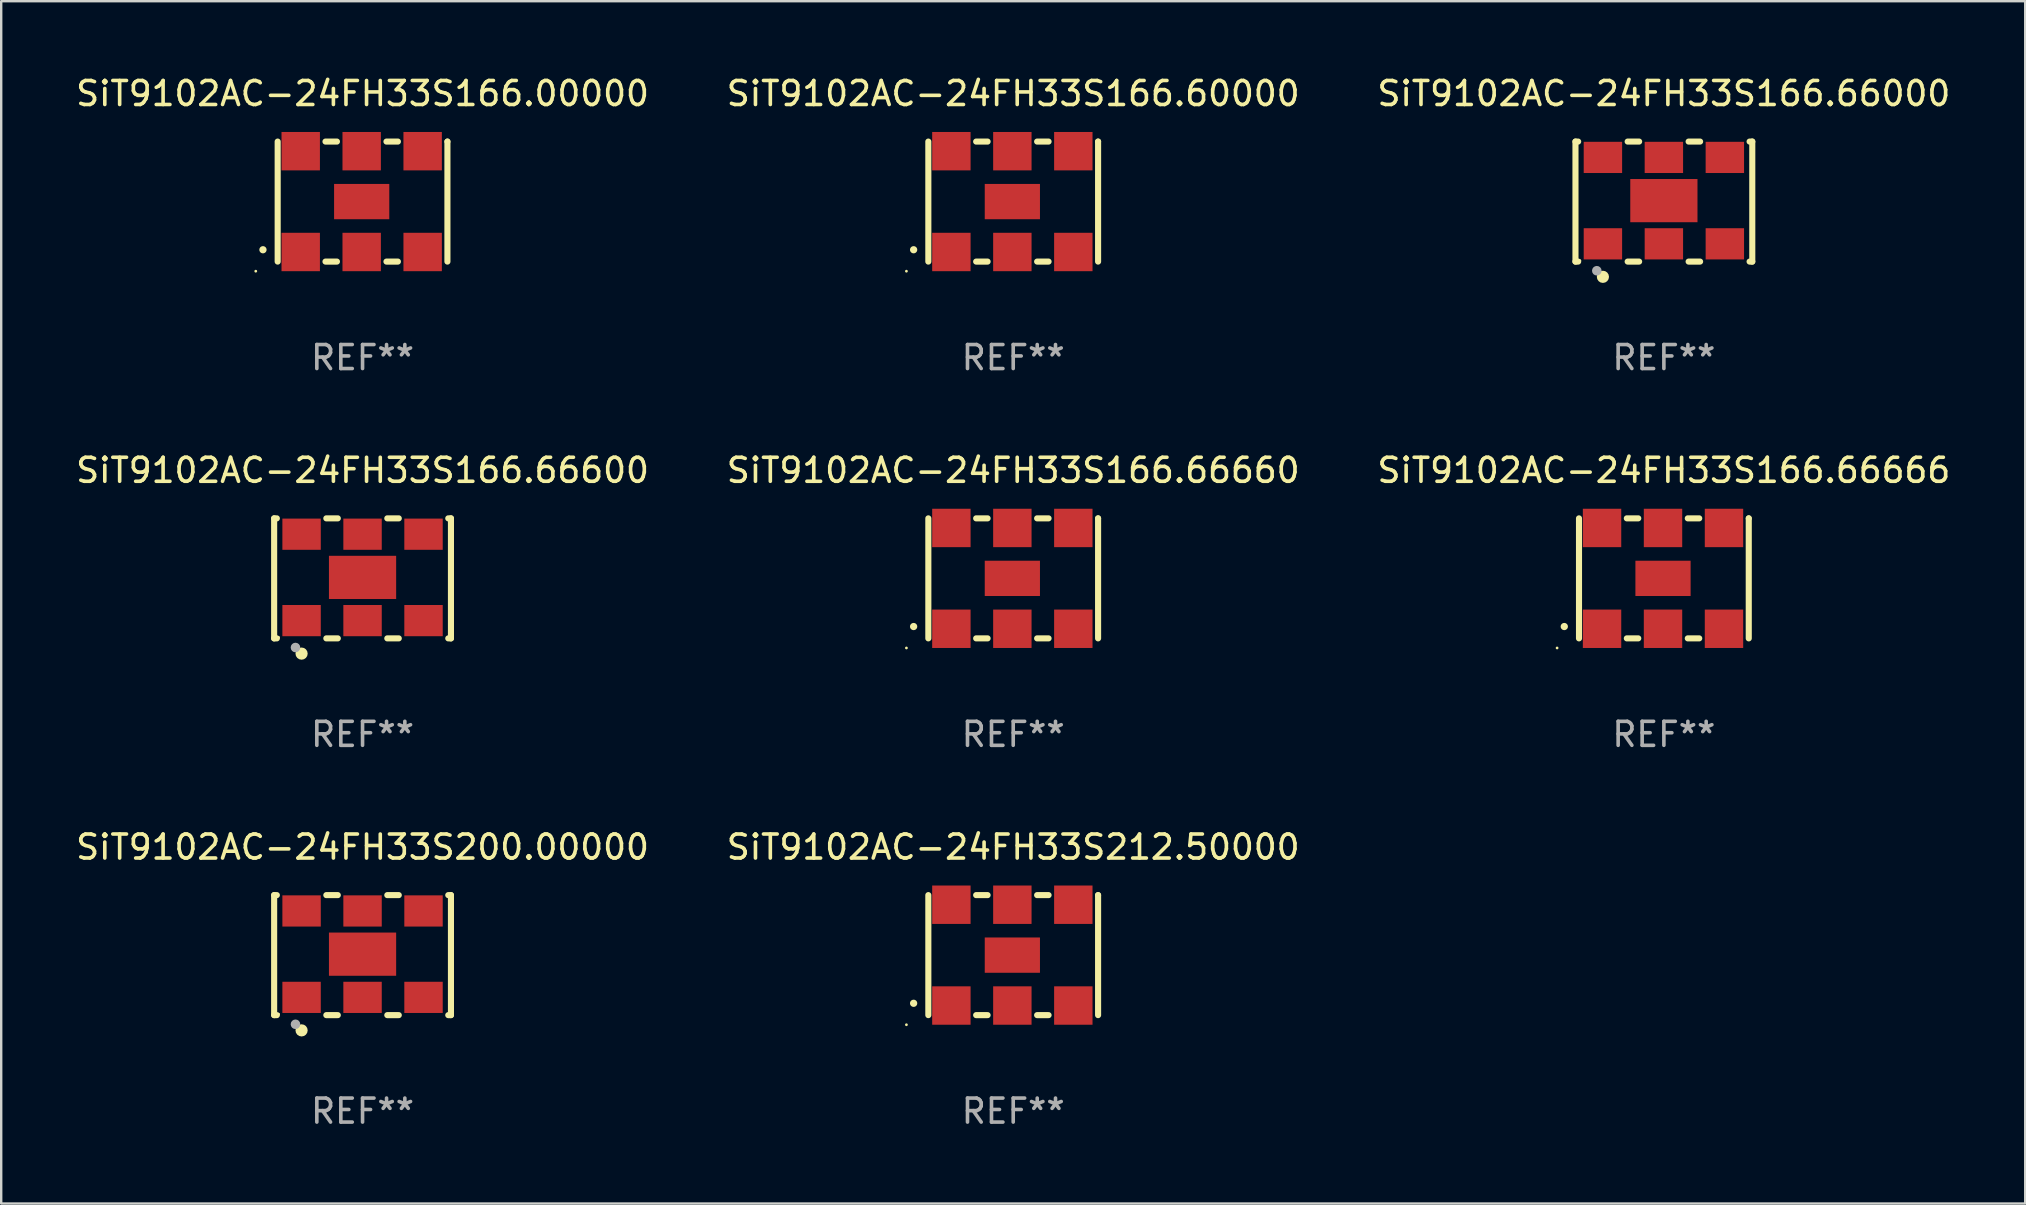
<source format=kicad_pcb>
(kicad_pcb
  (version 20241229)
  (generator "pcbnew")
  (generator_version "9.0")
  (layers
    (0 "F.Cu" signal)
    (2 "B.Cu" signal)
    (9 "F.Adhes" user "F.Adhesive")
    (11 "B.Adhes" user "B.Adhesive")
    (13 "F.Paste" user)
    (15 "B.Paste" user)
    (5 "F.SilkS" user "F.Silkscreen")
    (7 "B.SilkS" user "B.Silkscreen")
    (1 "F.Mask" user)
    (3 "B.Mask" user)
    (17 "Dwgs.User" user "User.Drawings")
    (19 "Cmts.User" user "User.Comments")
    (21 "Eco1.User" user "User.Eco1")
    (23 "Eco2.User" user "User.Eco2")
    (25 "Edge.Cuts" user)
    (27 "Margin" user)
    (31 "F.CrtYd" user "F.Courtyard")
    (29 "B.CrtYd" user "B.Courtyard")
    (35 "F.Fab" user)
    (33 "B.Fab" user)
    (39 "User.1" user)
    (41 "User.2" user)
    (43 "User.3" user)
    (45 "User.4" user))
  (footprint "SiT9102AC-24FH33S166.00000"
    (layer "F.Cu")
    (at 12.054 5.348)
    (property "Reference" "SiT9102AC-24FH33S166.00000" (at 0 -4.5 0) (layer "F.SilkS") (effects (font (size 1 1) (thickness 0.15))))
    (attr through_hole)
    (fp_line (start -3.536 -2.5) (end -3.536 2.5) (stroke (width 0.254) (type solid)) (layer "F.SilkS"))
    (fp_line (start -1.544 2.5) (end -1.067 2.5) (stroke (width 0.254) (type solid)) (layer "F.SilkS"))
    (fp_line (start -1.067 -2.5) (end -1.544 -2.5) (stroke (width 0.254) (type solid)) (layer "F.SilkS"))
    (fp_line (start 0.996 2.5) (end 1.473 2.5) (stroke (width 0.254) (type solid)) (layer "F.SilkS"))
    (fp_line (start 1.473 -2.5) (end 0.996 -2.5) (stroke (width 0.254) (type solid)) (layer "F.SilkS"))
    (fp_line (start 3.536 -2.5) (end 3.536 -2.5) (stroke (width 0.254) (type solid)) (layer "F.SilkS"))
    (fp_line (start 3.536 2.5) (end 3.536 -2.5) (stroke (width 0.254) (type solid)) (layer "F.SilkS"))
    (fp_arc (start -4.150432 2.006604) (mid -4.149162 2.006599) (end -4.147892 2.006604) (stroke (width 0.3) (type solid)) (layer "F.SilkS"))
    (fp_circle (center -4.449 2.9) (end -4.419 2.9) (stroke (width 0.06) (type solid)) (fill no) (layer "F.SilkS"))
    (fp_text user "REF**" (at 0 6.5 0) (layer "F.Fab") (effects (font (size 1 1) (thickness 0.15))))
    (pad "1" smd rect (at -2.576 2.1) (size 1.6 1.6) (layers "F.Cu" "F.Mask" "F.Paste"))
    (pad "2" smd rect (at -0.036 2.1) (size 1.6 1.6) (layers "F.Cu" "F.Mask" "F.Paste"))
    (pad "3" smd rect (at 2.504 2.1) (size 1.6 1.6) (layers "F.Cu" "F.Mask" "F.Paste"))
    (pad "4" smd rect (at 2.504 -2.1) (size 1.6 1.6) (layers "F.Cu" "F.Mask" "F.Paste"))
    (pad "5" smd rect (at -0.036 -2.1) (size 1.6 1.6) (layers "F.Cu" "F.Mask" "F.Paste"))
    (pad "6" smd rect (at -2.576 -2.1) (size 1.6 1.6) (layers "F.Cu" "F.Mask" "F.Paste"))
    (pad "7" smd rect (at -0.036 0) (size 2.3 1.47) (layers "F.Cu" "F.Mask" "F.Paste")))
  (footprint "SiT9102AC-24FH33S166.60000"
    (layer "F.Cu")
    (at 39.161 5.348)
    (property "Reference" "SiT9102AC-24FH33S166.60000" (at 0 -4.5 0) (layer "F.SilkS") (effects (font (size 1 1) (thickness 0.15))))
    (attr through_hole)
    (fp_line (start -3.536 -2.5) (end -3.536 2.5) (stroke (width 0.254) (type solid)) (layer "F.SilkS"))
    (fp_line (start -1.544 2.5) (end -1.067 2.5) (stroke (width 0.254) (type solid)) (layer "F.SilkS"))
    (fp_line (start -1.067 -2.5) (end -1.544 -2.5) (stroke (width 0.254) (type solid)) (layer "F.SilkS"))
    (fp_line (start 0.996 2.5) (end 1.473 2.5) (stroke (width 0.254) (type solid)) (layer "F.SilkS"))
    (fp_line (start 1.473 -2.5) (end 0.996 -2.5) (stroke (width 0.254) (type solid)) (layer "F.SilkS"))
    (fp_line (start 3.536 -2.5) (end 3.536 -2.5) (stroke (width 0.254) (type solid)) (layer "F.SilkS"))
    (fp_line (start 3.536 2.5) (end 3.536 -2.5) (stroke (width 0.254) (type solid)) (layer "F.SilkS"))
    (fp_arc (start -4.150432 2.006604) (mid -4.149162 2.006599) (end -4.147892 2.006604) (stroke (width 0.3) (type solid)) (layer "F.SilkS"))
    (fp_circle (center -4.449 2.9) (end -4.419 2.9) (stroke (width 0.06) (type solid)) (fill no) (layer "F.SilkS"))
    (fp_text user "REF**" (at 0 6.5 0) (layer "F.Fab") (effects (font (size 1 1) (thickness 0.15))))
    (pad "1" smd rect (at -2.576 2.1) (size 1.6 1.6) (layers "F.Cu" "F.Mask" "F.Paste"))
    (pad "2" smd rect (at -0.036 2.1) (size 1.6 1.6) (layers "F.Cu" "F.Mask" "F.Paste"))
    (pad "3" smd rect (at 2.504 2.1) (size 1.6 1.6) (layers "F.Cu" "F.Mask" "F.Paste"))
    (pad "4" smd rect (at 2.504 -2.1) (size 1.6 1.6) (layers "F.Cu" "F.Mask" "F.Paste"))
    (pad "5" smd rect (at -0.036 -2.1) (size 1.6 1.6) (layers "F.Cu" "F.Mask" "F.Paste"))
    (pad "6" smd rect (at -2.576 -2.1) (size 1.6 1.6) (layers "F.Cu" "F.Mask" "F.Paste"))
    (pad "7" smd rect (at -0.036 0) (size 2.3 1.47) (layers "F.Cu" "F.Mask" "F.Paste")))
  (footprint "SiT9102AC-24FH33S166.66000"
    (layer "F.Cu")
    (at 66.268 5.348)
    (property "Reference" "SiT9102AC-24FH33S166.66000" (at 0 -4.5 0) (layer "F.SilkS") (effects (font (size 1 1) (thickness 0.15))))
    (attr through_hole)
    (fp_line (start -3.683 -2.5) (end -3.571 -2.5) (stroke (width 0.254) (type solid)) (layer "F.SilkS"))
    (fp_line (start -3.683 2.5) (end -3.683 -2.5) (stroke (width 0.254) (type solid)) (layer "F.SilkS"))
    (fp_line (start -3.683 2.5) (end -3.571 2.5) (stroke (width 0.254) (type solid)) (layer "F.SilkS"))
    (fp_line (start -1.509 -2.5) (end -1.031 -2.5) (stroke (width 0.254) (type solid)) (layer "F.SilkS"))
    (fp_line (start -1.509 2.5) (end -1.031 2.5) (stroke (width 0.254) (type solid)) (layer "F.SilkS"))
    (fp_line (start 1.031 -2.5) (end 1.509 -2.5) (stroke (width 0.254) (type solid)) (layer "F.SilkS"))
    (fp_line (start 1.031 2.5) (end 1.509 2.5) (stroke (width 0.254) (type solid)) (layer "F.SilkS"))
    (fp_line (start 3.571 -2.5) (end 3.683 -2.5) (stroke (width 0.254) (type solid)) (layer "F.SilkS"))
    (fp_line (start 3.571 2.5) (end 3.683 2.5) (stroke (width 0.254) (type solid)) (layer "F.SilkS"))
    (fp_line (start 3.683 2.5) (end 3.683 -2.5) (stroke (width 0.254) (type solid)) (layer "F.SilkS"))
    (fp_circle (center -3.5 2.46) (end -3.47 2.46) (stroke (width 0.06) (type solid)) (fill no) (layer "F.SilkS"))
    (fp_circle (center -2.54 3.135) (end -2.413 3.135) (stroke (width 0.254) (type solid)) (fill no) (layer "F.SilkS"))
    (fp_circle (center -2.794 2.881) (end -2.694 2.881) (stroke (width 0.2) (type solid)) (fill no) (layer "F.Fab"))
    (fp_text user "REF**" (at 0 6.5 0) (layer "F.Fab") (effects (font (size 1 1) (thickness 0.15))))
    (pad "1" smd rect (at -2.54 1.76) (size 1.6 1.3) (layers "F.Cu" "F.Mask" "F.Paste"))
    (pad "2" smd rect (at 0 1.76) (size 1.6 1.3) (layers "F.Cu" "F.Mask" "F.Paste"))
    (pad "3" smd rect (at 2.54 1.76) (size 1.6 1.3) (layers "F.Cu" "F.Mask" "F.Paste"))
    (pad "4" smd rect (at 2.54 -1.84) (size 1.6 1.3) (layers "F.Cu" "F.Mask" "F.Paste"))
    (pad "5" smd rect (at 0 -1.84) (size 1.6 1.3) (layers "F.Cu" "F.Mask" "F.Paste"))
    (pad "6" smd rect (at -2.54 -1.84) (size 1.6 1.3) (layers "F.Cu" "F.Mask" "F.Paste"))
    (pad "7" smd rect (at 0 -0.04) (size 2.8 1.8) (layers "F.Cu" "F.Mask" "F.Paste")))
  (footprint "SiT9102AC-24FH33S166.66600"
    (layer "F.Cu")
    (at 12.054 21.045)
    (property "Reference" "SiT9102AC-24FH33S166.66600" (at 0 -4.5 0) (layer "F.SilkS") (effects (font (size 1 1) (thickness 0.15))))
    (attr through_hole)
    (fp_line (start -3.683 -2.5) (end -3.571 -2.5) (stroke (width 0.254) (type solid)) (layer "F.SilkS"))
    (fp_line (start -3.683 2.5) (end -3.683 -2.5) (stroke (width 0.254) (type solid)) (layer "F.SilkS"))
    (fp_line (start -3.683 2.5) (end -3.571 2.5) (stroke (width 0.254) (type solid)) (layer "F.SilkS"))
    (fp_line (start -1.509 -2.5) (end -1.031 -2.5) (stroke (width 0.254) (type solid)) (layer "F.SilkS"))
    (fp_line (start -1.509 2.5) (end -1.031 2.5) (stroke (width 0.254) (type solid)) (layer "F.SilkS"))
    (fp_line (start 1.031 -2.5) (end 1.509 -2.5) (stroke (width 0.254) (type solid)) (layer "F.SilkS"))
    (fp_line (start 1.031 2.5) (end 1.509 2.5) (stroke (width 0.254) (type solid)) (layer "F.SilkS"))
    (fp_line (start 3.571 -2.5) (end 3.683 -2.5) (stroke (width 0.254) (type solid)) (layer "F.SilkS"))
    (fp_line (start 3.571 2.5) (end 3.683 2.5) (stroke (width 0.254) (type solid)) (layer "F.SilkS"))
    (fp_line (start 3.683 2.5) (end 3.683 -2.5) (stroke (width 0.254) (type solid)) (layer "F.SilkS"))
    (fp_circle (center -3.5 2.46) (end -3.47 2.46) (stroke (width 0.06) (type solid)) (fill no) (layer "F.SilkS"))
    (fp_circle (center -2.54 3.135) (end -2.413 3.135) (stroke (width 0.254) (type solid)) (fill no) (layer "F.SilkS"))
    (fp_circle (center -2.794 2.881) (end -2.694 2.881) (stroke (width 0.2) (type solid)) (fill no) (layer "F.Fab"))
    (fp_text user "REF**" (at 0 6.5 0) (layer "F.Fab") (effects (font (size 1 1) (thickness 0.15))))
    (pad "1" smd rect (at -2.54 1.76) (size 1.6 1.3) (layers "F.Cu" "F.Mask" "F.Paste"))
    (pad "2" smd rect (at 0 1.76) (size 1.6 1.3) (layers "F.Cu" "F.Mask" "F.Paste"))
    (pad "3" smd rect (at 2.54 1.76) (size 1.6 1.3) (layers "F.Cu" "F.Mask" "F.Paste"))
    (pad "4" smd rect (at 2.54 -1.84) (size 1.6 1.3) (layers "F.Cu" "F.Mask" "F.Paste"))
    (pad "5" smd rect (at 0 -1.84) (size 1.6 1.3) (layers "F.Cu" "F.Mask" "F.Paste"))
    (pad "6" smd rect (at -2.54 -1.84) (size 1.6 1.3) (layers "F.Cu" "F.Mask" "F.Paste"))
    (pad "7" smd rect (at 0 -0.04) (size 2.8 1.8) (layers "F.Cu" "F.Mask" "F.Paste")))
  (footprint "SiT9102AC-24FH33S166.66660"
    (layer "F.Cu")
    (at 39.161 21.045)
    (property "Reference" "SiT9102AC-24FH33S166.66660" (at 0 -4.5 0) (layer "F.SilkS") (effects (font (size 1 1) (thickness 0.15))))
    (attr through_hole)
    (fp_line (start -3.536 -2.5) (end -3.536 2.5) (stroke (width 0.254) (type solid)) (layer "F.SilkS"))
    (fp_line (start -1.544 2.5) (end -1.067 2.5) (stroke (width 0.254) (type solid)) (layer "F.SilkS"))
    (fp_line (start -1.067 -2.5) (end -1.544 -2.5) (stroke (width 0.254) (type solid)) (layer "F.SilkS"))
    (fp_line (start 0.996 2.5) (end 1.473 2.5) (stroke (width 0.254) (type solid)) (layer "F.SilkS"))
    (fp_line (start 1.473 -2.5) (end 0.996 -2.5) (stroke (width 0.254) (type solid)) (layer "F.SilkS"))
    (fp_line (start 3.536 -2.5) (end 3.536 -2.5) (stroke (width 0.254) (type solid)) (layer "F.SilkS"))
    (fp_line (start 3.536 2.5) (end 3.536 -2.5) (stroke (width 0.254) (type solid)) (layer "F.SilkS"))
    (fp_arc (start -4.150432 2.006604) (mid -4.149162 2.006599) (end -4.147892 2.006604) (stroke (width 0.3) (type solid)) (layer "F.SilkS"))
    (fp_circle (center -4.449 2.9) (end -4.419 2.9) (stroke (width 0.06) (type solid)) (fill no) (layer "F.SilkS"))
    (fp_text user "REF**" (at 0 6.5 0) (layer "F.Fab") (effects (font (size 1 1) (thickness 0.15))))
    (pad "1" smd rect (at -2.576 2.1) (size 1.6 1.6) (layers "F.Cu" "F.Mask" "F.Paste"))
    (pad "2" smd rect (at -0.036 2.1) (size 1.6 1.6) (layers "F.Cu" "F.Mask" "F.Paste"))
    (pad "3" smd rect (at 2.504 2.1) (size 1.6 1.6) (layers "F.Cu" "F.Mask" "F.Paste"))
    (pad "4" smd rect (at 2.504 -2.1) (size 1.6 1.6) (layers "F.Cu" "F.Mask" "F.Paste"))
    (pad "5" smd rect (at -0.036 -2.1) (size 1.6 1.6) (layers "F.Cu" "F.Mask" "F.Paste"))
    (pad "6" smd rect (at -2.576 -2.1) (size 1.6 1.6) (layers "F.Cu" "F.Mask" "F.Paste"))
    (pad "7" smd rect (at -0.036 0) (size 2.3 1.47) (layers "F.Cu" "F.Mask" "F.Paste")))
  (footprint "SiT9102AC-24FH33S212.50000"
    (layer "F.Cu")
    (at 39.161 36.741)
    (property "Reference" "SiT9102AC-24FH33S212.50000" (at 0 -4.5 0) (layer "F.SilkS") (effects (font (size 1 1) (thickness 0.15))))
    (attr through_hole)
    (fp_line (start -3.536 -2.5) (end -3.536 2.5) (stroke (width 0.254) (type solid)) (layer "F.SilkS"))
    (fp_line (start -1.544 2.5) (end -1.067 2.5) (stroke (width 0.254) (type solid)) (layer "F.SilkS"))
    (fp_line (start -1.067 -2.5) (end -1.544 -2.5) (stroke (width 0.254) (type solid)) (layer "F.SilkS"))
    (fp_line (start 0.996 2.5) (end 1.473 2.5) (stroke (width 0.254) (type solid)) (layer "F.SilkS"))
    (fp_line (start 1.473 -2.5) (end 0.996 -2.5) (stroke (width 0.254) (type solid)) (layer "F.SilkS"))
    (fp_line (start 3.536 -2.5) (end 3.536 -2.5) (stroke (width 0.254) (type solid)) (layer "F.SilkS"))
    (fp_line (start 3.536 2.5) (end 3.536 -2.5) (stroke (width 0.254) (type solid)) (layer "F.SilkS"))
    (fp_arc (start -4.150432 2.006604) (mid -4.149162 2.006599) (end -4.147892 2.006604) (stroke (width 0.3) (type solid)) (layer "F.SilkS"))
    (fp_circle (center -4.449 2.9) (end -4.419 2.9) (stroke (width 0.06) (type solid)) (fill no) (layer "F.SilkS"))
    (fp_text user "REF**" (at 0 6.5 0) (layer "F.Fab") (effects (font (size 1 1) (thickness 0.15))))
    (pad "1" smd rect (at -2.576 2.1) (size 1.6 1.6) (layers "F.Cu" "F.Mask" "F.Paste"))
    (pad "2" smd rect (at -0.036 2.1) (size 1.6 1.6) (layers "F.Cu" "F.Mask" "F.Paste"))
    (pad "3" smd rect (at 2.504 2.1) (size 1.6 1.6) (layers "F.Cu" "F.Mask" "F.Paste"))
    (pad "4" smd rect (at 2.504 -2.1) (size 1.6 1.6) (layers "F.Cu" "F.Mask" "F.Paste"))
    (pad "5" smd rect (at -0.036 -2.1) (size 1.6 1.6) (layers "F.Cu" "F.Mask" "F.Paste"))
    (pad "6" smd rect (at -2.576 -2.1) (size 1.6 1.6) (layers "F.Cu" "F.Mask" "F.Paste"))
    (pad "7" smd rect (at -0.036 0) (size 2.3 1.47) (layers "F.Cu" "F.Mask" "F.Paste")))
  (footprint "SiT9102AC-24FH33S166.66666"
    (layer "F.Cu")
    (at 66.268 21.045)
    (property "Reference" "SiT9102AC-24FH33S166.66666" (at 0 -4.5 0) (layer "F.SilkS") (effects (font (size 1 1) (thickness 0.15))))
    (attr through_hole)
    (fp_line (start -3.536 -2.5) (end -3.536 2.5) (stroke (width 0.254) (type solid)) (layer "F.SilkS"))
    (fp_line (start -1.544 2.5) (end -1.067 2.5) (stroke (width 0.254) (type solid)) (layer "F.SilkS"))
    (fp_line (start -1.067 -2.5) (end -1.544 -2.5) (stroke (width 0.254) (type solid)) (layer "F.SilkS"))
    (fp_line (start 0.996 2.5) (end 1.473 2.5) (stroke (width 0.254) (type solid)) (layer "F.SilkS"))
    (fp_line (start 1.473 -2.5) (end 0.996 -2.5) (stroke (width 0.254) (type solid)) (layer "F.SilkS"))
    (fp_line (start 3.536 -2.5) (end 3.536 -2.5) (stroke (width 0.254) (type solid)) (layer "F.SilkS"))
    (fp_line (start 3.536 2.5) (end 3.536 -2.5) (stroke (width 0.254) (type solid)) (layer "F.SilkS"))
    (fp_arc (start -4.150432 2.006604) (mid -4.149162 2.006599) (end -4.147892 2.006604) (stroke (width 0.3) (type solid)) (layer "F.SilkS"))
    (fp_circle (center -4.449 2.9) (end -4.419 2.9) (stroke (width 0.06) (type solid)) (fill no) (layer "F.SilkS"))
    (fp_text user "REF**" (at 0 6.5 0) (layer "F.Fab") (effects (font (size 1 1) (thickness 0.15))))
    (pad "1" smd rect (at -2.576 2.1) (size 1.6 1.6) (layers "F.Cu" "F.Mask" "F.Paste"))
    (pad "2" smd rect (at -0.036 2.1) (size 1.6 1.6) (layers "F.Cu" "F.Mask" "F.Paste"))
    (pad "3" smd rect (at 2.504 2.1) (size 1.6 1.6) (layers "F.Cu" "F.Mask" "F.Paste"))
    (pad "4" smd rect (at 2.504 -2.1) (size 1.6 1.6) (layers "F.Cu" "F.Mask" "F.Paste"))
    (pad "5" smd rect (at -0.036 -2.1) (size 1.6 1.6) (layers "F.Cu" "F.Mask" "F.Paste"))
    (pad "6" smd rect (at -2.576 -2.1) (size 1.6 1.6) (layers "F.Cu" "F.Mask" "F.Paste"))
    (pad "7" smd rect (at -0.036 0) (size 2.3 1.47) (layers "F.Cu" "F.Mask" "F.Paste")))
  (footprint "SiT9102AC-24FH33S200.00000"
    (layer "F.Cu")
    (at 12.054 36.741)
    (property "Reference" "SiT9102AC-24FH33S200.00000" (at 0 -4.5 0) (layer "F.SilkS") (effects (font (size 1 1) (thickness 0.15))))
    (attr through_hole)
    (fp_line (start -3.683 -2.5) (end -3.571 -2.5) (stroke (width 0.254) (type solid)) (layer "F.SilkS"))
    (fp_line (start -3.683 2.5) (end -3.683 -2.5) (stroke (width 0.254) (type solid)) (layer "F.SilkS"))
    (fp_line (start -3.683 2.5) (end -3.571 2.5) (stroke (width 0.254) (type solid)) (layer "F.SilkS"))
    (fp_line (start -1.509 -2.5) (end -1.031 -2.5) (stroke (width 0.254) (type solid)) (layer "F.SilkS"))
    (fp_line (start -1.509 2.5) (end -1.031 2.5) (stroke (width 0.254) (type solid)) (layer "F.SilkS"))
    (fp_line (start 1.031 -2.5) (end 1.509 -2.5) (stroke (width 0.254) (type solid)) (layer "F.SilkS"))
    (fp_line (start 1.031 2.5) (end 1.509 2.5) (stroke (width 0.254) (type solid)) (layer "F.SilkS"))
    (fp_line (start 3.571 -2.5) (end 3.683 -2.5) (stroke (width 0.254) (type solid)) (layer "F.SilkS"))
    (fp_line (start 3.571 2.5) (end 3.683 2.5) (stroke (width 0.254) (type solid)) (layer "F.SilkS"))
    (fp_line (start 3.683 2.5) (end 3.683 -2.5) (stroke (width 0.254) (type solid)) (layer "F.SilkS"))
    (fp_circle (center -3.5 2.46) (end -3.47 2.46) (stroke (width 0.06) (type solid)) (fill no) (layer "F.SilkS"))
    (fp_circle (center -2.54 3.135) (end -2.413 3.135) (stroke (width 0.254) (type solid)) (fill no) (layer "F.SilkS"))
    (fp_circle (center -2.794 2.881) (end -2.694 2.881) (stroke (width 0.2) (type solid)) (fill no) (layer "F.Fab"))
    (fp_text user "REF**" (at 0 6.5 0) (layer "F.Fab") (effects (font (size 1 1) (thickness 0.15))))
    (pad "1" smd rect (at -2.54 1.76) (size 1.6 1.3) (layers "F.Cu" "F.Mask" "F.Paste"))
    (pad "2" smd rect (at 0 1.76) (size 1.6 1.3) (layers "F.Cu" "F.Mask" "F.Paste"))
    (pad "3" smd rect (at 2.54 1.76) (size 1.6 1.3) (layers "F.Cu" "F.Mask" "F.Paste"))
    (pad "4" smd rect (at 2.54 -1.84) (size 1.6 1.3) (layers "F.Cu" "F.Mask" "F.Paste"))
    (pad "5" smd rect (at 0 -1.84) (size 1.6 1.3) (layers "F.Cu" "F.Mask" "F.Paste"))
    (pad "6" smd rect (at -2.54 -1.84) (size 1.6 1.3) (layers "F.Cu" "F.Mask" "F.Paste"))
    (pad "7" smd rect (at 0 -0.04) (size 2.8 1.8) (layers "F.Cu" "F.Mask" "F.Paste")))
  (gr_rect
    (start -3 -3)
    (end 81.321 47.09)
    (stroke (width 0.1) (type default))
    (fill no)
    (layer "Edge.Cuts")))
</source>
